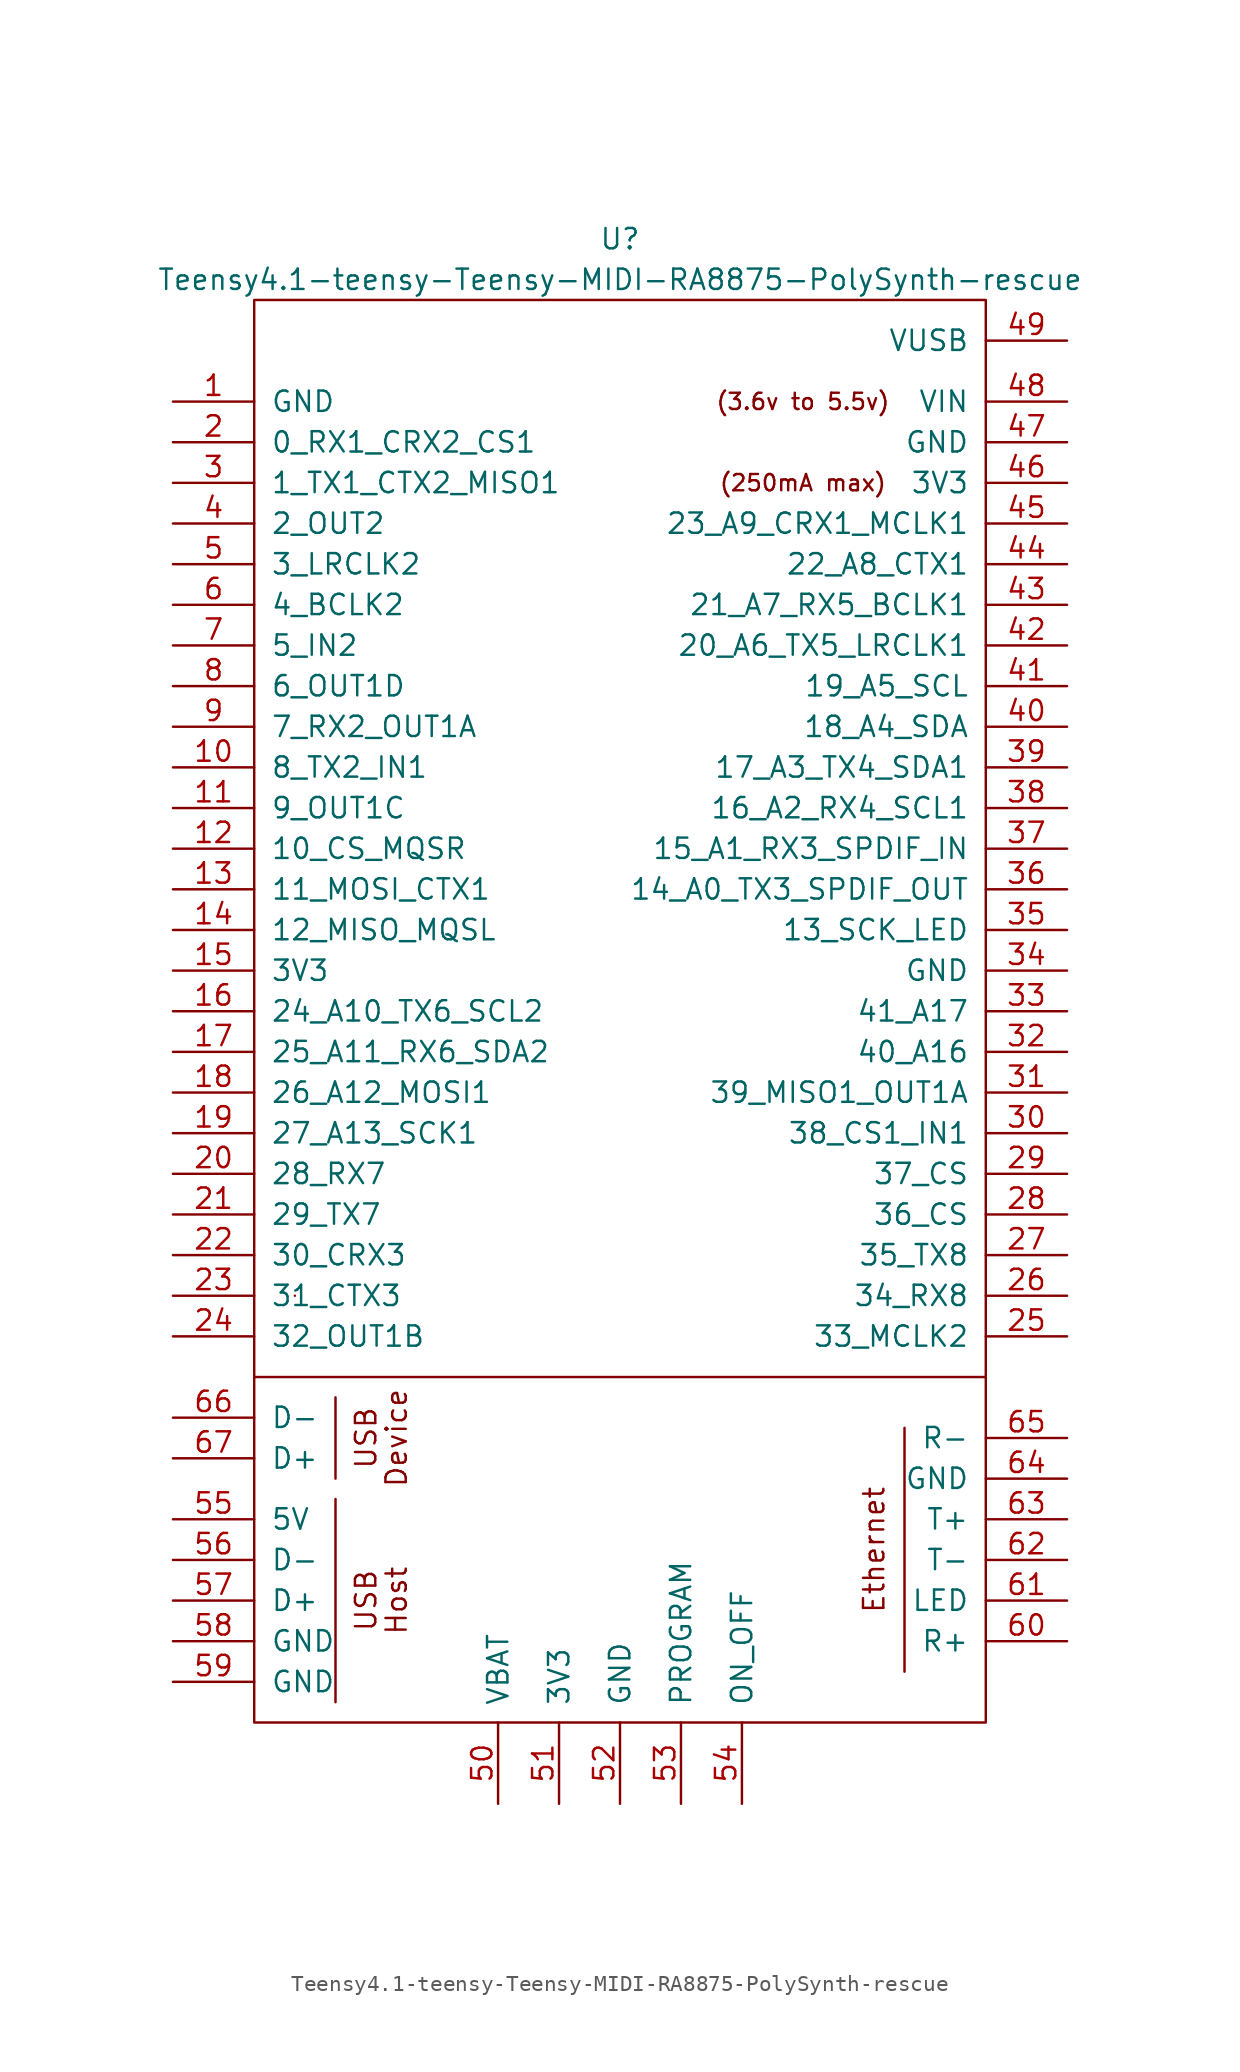
<source format=kicad_sym>
(kicad_symbol_lib
  (version 20220914)
  (generator kicad_symbol_editor)
  (symbol "Teensy4.1-teensy-Teensy-MIDI-RA8875-PolySynth-rescue"
    (pin_names
      (offset 1.016))
    (property "Reference" "U"
      (at 0 64.77 0)
      (effects (font (size 1.27 1.27))))
    (property "Value" "Teensy4.1-teensy-Teensy-MIDI-RA8875-PolySynth-rescue"
      (at 0 62.23 0)
      (effects (font (size 1.27 1.27))))
    (symbol "Teensy4.1-teensy-Teensy-MIDI-RA8875-PolySynth-rescue_0_0"
      (polyline (pts (xy -22.86 -6.35) (xy 22.86 -6.35)) (stroke (width 0) (type solid)) (fill (type none)))
      (polyline (pts (xy -17.78 -26.67) (xy -17.78 -13.97)) (stroke (width 0) (type solid)) (fill (type none)))
      (polyline (pts (xy -17.78 -7.62) (xy -17.78 -12.7)) (stroke (width 0) (type solid)) (fill (type none)))
      (polyline (pts (xy 17.78 -9.525) (xy 17.78 -24.765)) (stroke (width 0) (type solid)) (fill (type none)))
      (text "(250mA max)" (at 11.43 49.53 0) (effects (font (size 1.016 1.016))))
      (text "(3.6v to 5.5v)" (at 11.43 54.61 0) (effects (font (size 1.016 1.016))))
      (text "Device" (at -13.97 -10.16 900) (effects (font (size 1.27 1.27))))
      (text "Ethernet" (at 15.875 -17.145 900) (effects (font (size 1.27 1.27))))
      (text "Host" (at -13.97 -20.32 900) (effects (font (size 1.27 1.27))))
      (text "USB" (at -15.875 -20.32 900) (effects (font (size 1.27 1.27))))
      (text "USB" (at -15.875 -10.16 900) (effects (font (size 1.27 1.27))))
      (pin bidirectional line (at -27.94 31.75 0) (length 5.08) (name "8_TX2_IN1" (effects (font (size 1.27 1.27)))) (number "10" (effects (font (size 1.27 1.27)))))
      (pin bidirectional line (at -27.94 29.21 0) (length 5.08) (name "9_OUT1C" (effects (font (size 1.27 1.27)))) (number "11" (effects (font (size 1.27 1.27)))))
      (pin bidirectional line (at -27.94 26.67 0) (length 5.08) (name "10_CS_MQSR" (effects (font (size 1.27 1.27)))) (number "12" (effects (font (size 1.27 1.27)))))
      (pin bidirectional line (at -27.94 24.13 0) (length 5.08) (name "11_MOSI_CTX1" (effects (font (size 1.27 1.27)))) (number "13" (effects (font (size 1.27 1.27)))))
      (pin bidirectional line (at -27.94 21.59 0) (length 5.08) (name "12_MISO_MQSL" (effects (font (size 1.27 1.27)))) (number "14" (effects (font (size 1.27 1.27)))))
      (pin power_out line (at -27.94 19.05 0) (length 5.08) (name "3V3" (effects (font (size 1.27 1.27)))) (number "15" (effects (font (size 1.27 1.27)))))
      (pin bidirectional line (at -27.94 16.51 0) (length 5.08) (name "24_A10_TX6_SCL2" (effects (font (size 1.27 1.27)))) (number "16" (effects (font (size 1.27 1.27)))))
      (pin bidirectional line (at -27.94 13.97 0) (length 5.08) (name "25_A11_RX6_SDA2" (effects (font (size 1.27 1.27)))) (number "17" (effects (font (size 1.27 1.27)))))
      (pin bidirectional line (at -27.94 11.43 0) (length 5.08) (name "26_A12_MOSI1" (effects (font (size 1.27 1.27)))) (number "18" (effects (font (size 1.27 1.27)))))
      (pin bidirectional line (at -27.94 8.89 0) (length 5.08) (name "27_A13_SCK1" (effects (font (size 1.27 1.27)))) (number "19" (effects (font (size 1.27 1.27)))))
      (pin bidirectional line (at -27.94 6.35 0) (length 5.08) (name "28_RX7" (effects (font (size 1.27 1.27)))) (number "20" (effects (font (size 1.27 1.27)))))
      (pin bidirectional line (at -27.94 3.81 0) (length 5.08) (name "29_TX7" (effects (font (size 1.27 1.27)))) (number "21" (effects (font (size 1.27 1.27)))))
      (pin bidirectional line (at -27.94 1.27 0) (length 5.08) (name "30_CRX3" (effects (font (size 1.27 1.27)))) (number "22" (effects (font (size 1.27 1.27)))))
      (pin bidirectional line (at -27.94 -1.27 0) (length 5.08) (name "31_CTX3" (effects (font (size 1.27 1.27)))) (number "23" (effects (font (size 1.27 1.27)))))
      (pin bidirectional line (at -27.94 -3.81 0) (length 5.08) (name "32_OUT1B" (effects (font (size 1.27 1.27)))) (number "24" (effects (font (size 1.27 1.27)))))
      (pin bidirectional line (at 27.94 -3.81 180) (length 5.08) (name "33_MCLK2" (effects (font (size 1.27 1.27)))) (number "25" (effects (font (size 1.27 1.27)))))
      (pin bidirectional line (at 27.94 -1.27 180) (length 5.08) (name "34_RX8" (effects (font (size 1.27 1.27)))) (number "26" (effects (font (size 1.27 1.27)))))
      (pin bidirectional line (at 27.94 1.27 180) (length 5.08) (name "35_TX8" (effects (font (size 1.27 1.27)))) (number "27" (effects (font (size 1.27 1.27)))))
      (pin bidirectional line (at 27.94 3.81 180) (length 5.08) (name "36_CS" (effects (font (size 1.27 1.27)))) (number "28" (effects (font (size 1.27 1.27)))))
      (pin bidirectional line (at 27.94 6.35 180) (length 5.08) (name "37_CS" (effects (font (size 1.27 1.27)))) (number "29" (effects (font (size 1.27 1.27)))))
      (pin bidirectional line (at 27.94 8.89 180) (length 5.08) (name "38_CS1_IN1" (effects (font (size 1.27 1.27)))) (number "30" (effects (font (size 1.27 1.27)))))
      (pin bidirectional line (at 27.94 11.43 180) (length 5.08) (name "39_MISO1_OUT1A" (effects (font (size 1.27 1.27)))) (number "31" (effects (font (size 1.27 1.27)))))
      (pin bidirectional line (at 27.94 13.97 180) (length 5.08) (name "40_A16" (effects (font (size 1.27 1.27)))) (number "32" (effects (font (size 1.27 1.27)))))
      (pin bidirectional line (at 27.94 16.51 180) (length 5.08) (name "41_A17" (effects (font (size 1.27 1.27)))) (number "33" (effects (font (size 1.27 1.27)))))
      (pin bidirectional line (at 27.94 21.59 180) (length 5.08) (name "13_SCK_LED" (effects (font (size 1.27 1.27)))) (number "35" (effects (font (size 1.27 1.27)))))
      (pin bidirectional line (at 27.94 24.13 180) (length 5.08) (name "14_A0_TX3_SPDIF_OUT" (effects (font (size 1.27 1.27)))) (number "36" (effects (font (size 1.27 1.27)))))
      (pin bidirectional line (at 27.94 26.67 180) (length 5.08) (name "15_A1_RX3_SPDIF_IN" (effects (font (size 1.27 1.27)))) (number "37" (effects (font (size 1.27 1.27)))))
      (pin bidirectional line (at 27.94 29.21 180) (length 5.08) (name "16_A2_RX4_SCL1" (effects (font (size 1.27 1.27)))) (number "38" (effects (font (size 1.27 1.27)))))
      (pin bidirectional line (at 27.94 31.75 180) (length 5.08) (name "17_A3_TX4_SDA1" (effects (font (size 1.27 1.27)))) (number "39" (effects (font (size 1.27 1.27)))))
      (pin bidirectional line (at 27.94 34.29 180) (length 5.08) (name "18_A4_SDA" (effects (font (size 1.27 1.27)))) (number "40" (effects (font (size 1.27 1.27)))))
      (pin bidirectional line (at 27.94 36.83 180) (length 5.08) (name "19_A5_SCL" (effects (font (size 1.27 1.27)))) (number "41" (effects (font (size 1.27 1.27)))))
      (pin bidirectional line (at 27.94 39.37 180) (length 5.08) (name "20_A6_TX5_LRCLK1" (effects (font (size 1.27 1.27)))) (number "42" (effects (font (size 1.27 1.27)))))
      (pin bidirectional line (at 27.94 41.91 180) (length 5.08) (name "21_A7_RX5_BCLK1" (effects (font (size 1.27 1.27)))) (number "43" (effects (font (size 1.27 1.27)))))
      (pin bidirectional line (at 27.94 44.45 180) (length 5.08) (name "22_A8_CTX1" (effects (font (size 1.27 1.27)))) (number "44" (effects (font (size 1.27 1.27)))))
      (pin bidirectional line (at 27.94 46.99 180) (length 5.08) (name "23_A9_CRX1_MCLK1" (effects (font (size 1.27 1.27)))) (number "45" (effects (font (size 1.27 1.27)))))
      (pin power_out line (at 27.94 49.53 180) (length 5.08) (name "3V3" (effects (font (size 1.27 1.27)))) (number "46" (effects (font (size 1.27 1.27)))))
      (pin power_out line (at 27.94 52.07 180) (length 5.08) (name "GND" (effects (font (size 1.27 1.27)))) (number "47" (effects (font (size 1.27 1.27)))))
      (pin power_in line (at 27.94 54.61 180) (length 5.08) (name "VIN" (effects (font (size 1.27 1.27)))) (number "48" (effects (font (size 1.27 1.27)))))
      (pin power_out line (at 27.94 58.42 180) (length 5.08) (name "VUSB" (effects (font (size 1.27 1.27)))) (number "49" (effects (font (size 1.27 1.27)))))
      (pin bidirectional line (at -27.94 44.45 0) (length 5.08) (name "3_LRCLK2" (effects (font (size 1.27 1.27)))) (number "5" (effects (font (size 1.27 1.27)))))
      (pin power_in line (at -7.62 -33.02 90) (length 5.08) (name "VBAT" (effects (font (size 1.27 1.27)))) (number "50" (effects (font (size 1.27 1.27)))))
      (pin power_in line (at -3.81 -33.02 90) (length 5.08) (name "3V3" (effects (font (size 1.27 1.27)))) (number "51" (effects (font (size 1.27 1.27)))))
      (pin input line (at 0 -33.02 90) (length 5.08) (name "GND" (effects (font (size 1.27 1.27)))) (number "52" (effects (font (size 1.27 1.27)))))
      (pin input line (at 3.81 -33.02 90) (length 5.08) (name "PROGRAM" (effects (font (size 1.27 1.27)))) (number "53" (effects (font (size 1.27 1.27)))))
      (pin input line (at 7.62 -33.02 90) (length 5.08) (name "ON_OFF" (effects (font (size 1.27 1.27)))) (number "54" (effects (font (size 1.27 1.27)))))
      (pin power_out line (at -27.94 -15.24 0) (length 5.08) (name "5V" (effects (font (size 1.27 1.27)))) (number "55" (effects (font (size 1.27 1.27)))))
      (pin bidirectional line (at -27.94 -17.78 0) (length 5.08) (name "D-" (effects (font (size 1.27 1.27)))) (number "56" (effects (font (size 1.27 1.27)))))
      (pin bidirectional line (at -27.94 -20.32 0) (length 5.08) (name "D+" (effects (font (size 1.27 1.27)))) (number "57" (effects (font (size 1.27 1.27)))))
      (pin power_in line (at -27.94 -22.86 0) (length 5.08) (name "GND" (effects (font (size 1.27 1.27)))) (number "58" (effects (font (size 1.27 1.27)))))
      (pin power_in line (at -27.94 -25.4 0) (length 5.08) (name "GND" (effects (font (size 1.27 1.27)))) (number "59" (effects (font (size 1.27 1.27)))))
      (pin bidirectional line (at -27.94 41.91 0) (length 5.08) (name "4_BCLK2" (effects (font (size 1.27 1.27)))) (number "6" (effects (font (size 1.27 1.27)))))
      (pin bidirectional line (at 27.94 -22.86 180) (length 5.08) (name "R+" (effects (font (size 1.27 1.27)))) (number "60" (effects (font (size 1.27 1.27)))))
      (pin bidirectional line (at 27.94 -20.32 180) (length 5.08) (name "LED" (effects (font (size 1.27 1.27)))) (number "61" (effects (font (size 1.27 1.27)))))
      (pin bidirectional line (at 27.94 -17.78 180) (length 5.08) (name "T-" (effects (font (size 1.27 1.27)))) (number "62" (effects (font (size 1.27 1.27)))))
      (pin bidirectional line (at 27.94 -15.24 180) (length 5.08) (name "T+" (effects (font (size 1.27 1.27)))) (number "63" (effects (font (size 1.27 1.27)))))
      (pin power_in line (at 27.94 -12.7 180) (length 5.08) (name "GND" (effects (font (size 1.27 1.27)))) (number "64" (effects (font (size 1.27 1.27)))))
      (pin bidirectional line (at 27.94 -10.16 180) (length 5.08) (name "R-" (effects (font (size 1.27 1.27)))) (number "65" (effects (font (size 1.27 1.27)))))
      (pin bidirectional line (at -27.94 -8.89 0) (length 5.08) (name "D-" (effects (font (size 1.27 1.27)))) (number "66" (effects (font (size 1.27 1.27)))))
      (pin bidirectional line (at -27.94 -11.43 0) (length 5.08) (name "D+" (effects (font (size 1.27 1.27)))) (number "67" (effects (font (size 1.27 1.27)))))
      (pin bidirectional line (at -27.94 39.37 0) (length 5.08) (name "5_IN2" (effects (font (size 1.27 1.27)))) (number "7" (effects (font (size 1.27 1.27)))))
      (pin bidirectional line (at -27.94 36.83 0) (length 5.08) (name "6_OUT1D" (effects (font (size 1.27 1.27)))) (number "8" (effects (font (size 1.27 1.27)))))
      (pin bidirectional line (at -27.94 34.29 0) (length 5.08) (name "7_RX2_OUT1A" (effects (font (size 1.27 1.27)))) (number "9" (effects (font (size 1.27 1.27))))))
    (symbol "Teensy4.1-teensy-Teensy-MIDI-RA8875-PolySynth-rescue_0_1"
      (rectangle (start -22.86 60.96) (end 22.86 -27.94) (stroke (width 0) (type solid)) (fill (type none)))
      (rectangle (start -20.32 -1.27) (end -20.32 -1.27) (stroke (width 0) (type solid)) (fill (type none))))
    (symbol "Teensy4.1-teensy-Teensy-MIDI-RA8875-PolySynth-rescue_1_1"
      (pin power_in line (at -27.94 54.61 0) (length 5.08) (name "GND" (effects (font (size 1.27 1.27)))) (number "1" (effects (font (size 1.27 1.27)))))
      (pin bidirectional line (at -27.94 52.07 0) (length 5.08) (name "0_RX1_CRX2_CS1" (effects (font (size 1.27 1.27)))) (number "2" (effects (font (size 1.27 1.27)))))
      (pin bidirectional line (at -27.94 49.53 0) (length 5.08) (name "1_TX1_CTX2_MISO1" (effects (font (size 1.27 1.27)))) (number "3" (effects (font (size 1.27 1.27)))))
      (pin power_in line (at 27.94 19.05 180) (length 5.08) (name "GND" (effects (font (size 1.27 1.27)))) (number "34" (effects (font (size 1.27 1.27)))))
      (pin bidirectional line (at -27.94 46.99 0) (length 5.08) (name "2_OUT2" (effects (font (size 1.27 1.27)))) (number "4" (effects (font (size 1.27 1.27))))))))
</source>
